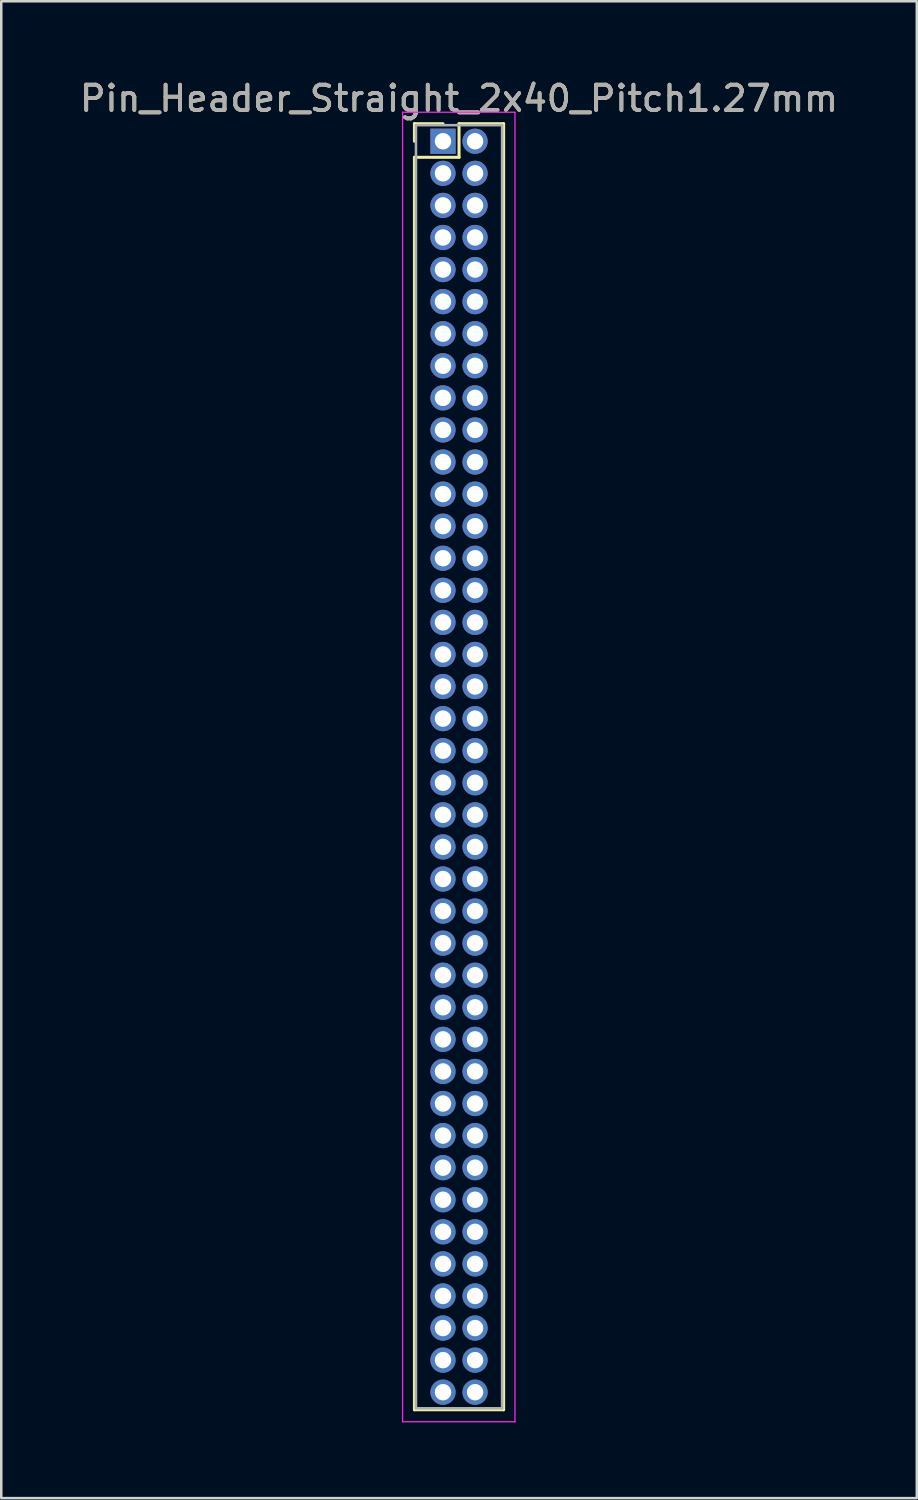
<source format=kicad_pcb>
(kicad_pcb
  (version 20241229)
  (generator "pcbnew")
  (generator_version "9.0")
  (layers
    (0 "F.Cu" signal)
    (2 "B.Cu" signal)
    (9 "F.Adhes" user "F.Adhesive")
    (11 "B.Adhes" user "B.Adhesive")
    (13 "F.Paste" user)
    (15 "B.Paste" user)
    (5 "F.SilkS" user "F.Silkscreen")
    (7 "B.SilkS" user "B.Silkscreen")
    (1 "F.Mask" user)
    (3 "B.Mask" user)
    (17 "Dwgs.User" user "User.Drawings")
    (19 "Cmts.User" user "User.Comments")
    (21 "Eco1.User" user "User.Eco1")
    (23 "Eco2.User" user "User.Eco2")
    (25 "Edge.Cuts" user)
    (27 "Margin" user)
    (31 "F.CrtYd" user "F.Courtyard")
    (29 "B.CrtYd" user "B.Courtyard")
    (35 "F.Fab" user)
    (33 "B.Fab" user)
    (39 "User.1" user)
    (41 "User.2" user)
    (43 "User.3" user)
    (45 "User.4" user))
  (footprint "Pin_Header_Straight_2x40_Pitch1.27mm"
    (layer "F.Cu")
    (at 14.49 2.543)
    (property "Reference" "Pin_Header_Straight_2x40_Pitch1.27mm" (at 0.635 -1.695 0) (layer "F.SilkS") (effects (font (size 1 1) (thickness 0.15))))
    (attr through_hole)
    (fp_line (start -1.13 -0.695) (end 0 -0.695) (stroke (width 0.12) (type solid)) (layer "F.SilkS"))
    (fp_line (start -1.13 0) (end -1.13 -0.695) (stroke (width 0.12) (type solid)) (layer "F.SilkS"))
    (fp_line (start -1.13 0.635) (end -1.13 50.225) (stroke (width 0.12) (type solid)) (layer "F.SilkS"))
    (fp_line (start -1.13 50.225) (end 2.4 50.225) (stroke (width 0.12) (type solid)) (layer "F.SilkS"))
    (fp_line (start 0.635 -0.695) (end 0.635 0.635) (stroke (width 0.12) (type solid)) (layer "F.SilkS"))
    (fp_line (start 0.635 0.635) (end -1.13 0.635) (stroke (width 0.12) (type solid)) (layer "F.SilkS"))
    (fp_line (start 2.4 -0.695) (end 0.635 -0.695) (stroke (width 0.12) (type solid)) (layer "F.SilkS"))
    (fp_line (start 2.4 50.225) (end 2.4 -0.695) (stroke (width 0.12) (type solid)) (layer "F.SilkS"))
    (fp_line (start -1.6 -1.15) (end -1.6 50.7) (stroke (width 0.05) (type solid)) (layer "F.CrtYd"))
    (fp_line (start -1.6 50.7) (end 2.85 50.7) (stroke (width 0.05) (type solid)) (layer "F.CrtYd"))
    (fp_line (start 2.85 -1.15) (end -1.6 -1.15) (stroke (width 0.05) (type solid)) (layer "F.CrtYd"))
    (fp_line (start 2.85 50.7) (end 2.85 -1.15) (stroke (width 0.05) (type solid)) (layer "F.CrtYd"))
    (fp_line (start -1.07 -0.635) (end -1.07 50.165) (stroke (width 0.1) (type solid)) (layer "F.Fab"))
    (fp_line (start -1.07 50.165) (end 2.34 50.165) (stroke (width 0.1) (type solid)) (layer "F.Fab"))
    (fp_line (start 2.34 -0.635) (end -1.07 -0.635) (stroke (width 0.1) (type solid)) (layer "F.Fab"))
    (fp_line (start 2.34 50.165) (end 2.34 -0.635) (stroke (width 0.1) (type solid)) (layer "F.Fab"))
    (fp_text user "${REFERENCE}" (at 0.635 -1.695 0) (layer "F.Fab") (effects (font (size 1 1) (thickness 0.15))))
    (pad "1" thru_hole rect (at 0 0) (size 1 1) (drill 0.65) (layers "*.Cu" "*.Mask"))
    (pad "2" thru_hole oval (at 1.27 0) (size 1 1) (drill 0.65) (layers "*.Cu" "*.Mask"))
    (pad "3" thru_hole oval (at 0 1.27) (size 1 1) (drill 0.65) (layers "*.Cu" "*.Mask"))
    (pad "4" thru_hole oval (at 1.27 1.27) (size 1 1) (drill 0.65) (layers "*.Cu" "*.Mask"))
    (pad "5" thru_hole oval (at 0 2.54) (size 1 1) (drill 0.65) (layers "*.Cu" "*.Mask"))
    (pad "6" thru_hole oval (at 1.27 2.54) (size 1 1) (drill 0.65) (layers "*.Cu" "*.Mask"))
    (pad "7" thru_hole oval (at 0 3.81) (size 1 1) (drill 0.65) (layers "*.Cu" "*.Mask"))
    (pad "8" thru_hole oval (at 1.27 3.81) (size 1 1) (drill 0.65) (layers "*.Cu" "*.Mask"))
    (pad "9" thru_hole oval (at 0 5.08) (size 1 1) (drill 0.65) (layers "*.Cu" "*.Mask"))
    (pad "10" thru_hole oval (at 1.27 5.08) (size 1 1) (drill 0.65) (layers "*.Cu" "*.Mask"))
    (pad "11" thru_hole oval (at 0 6.35) (size 1 1) (drill 0.65) (layers "*.Cu" "*.Mask"))
    (pad "12" thru_hole oval (at 1.27 6.35) (size 1 1) (drill 0.65) (layers "*.Cu" "*.Mask"))
    (pad "13" thru_hole oval (at 0 7.62) (size 1 1) (drill 0.65) (layers "*.Cu" "*.Mask"))
    (pad "14" thru_hole oval (at 1.27 7.62) (size 1 1) (drill 0.65) (layers "*.Cu" "*.Mask"))
    (pad "15" thru_hole oval (at 0 8.89) (size 1 1) (drill 0.65) (layers "*.Cu" "*.Mask"))
    (pad "16" thru_hole oval (at 1.27 8.89) (size 1 1) (drill 0.65) (layers "*.Cu" "*.Mask"))
    (pad "17" thru_hole oval (at 0 10.16) (size 1 1) (drill 0.65) (layers "*.Cu" "*.Mask"))
    (pad "18" thru_hole oval (at 1.27 10.16) (size 1 1) (drill 0.65) (layers "*.Cu" "*.Mask"))
    (pad "19" thru_hole oval (at 0 11.43) (size 1 1) (drill 0.65) (layers "*.Cu" "*.Mask"))
    (pad "20" thru_hole oval (at 1.27 11.43) (size 1 1) (drill 0.65) (layers "*.Cu" "*.Mask"))
    (pad "21" thru_hole oval (at 0 12.7) (size 1 1) (drill 0.65) (layers "*.Cu" "*.Mask"))
    (pad "22" thru_hole oval (at 1.27 12.7) (size 1 1) (drill 0.65) (layers "*.Cu" "*.Mask"))
    (pad "23" thru_hole oval (at 0 13.97) (size 1 1) (drill 0.65) (layers "*.Cu" "*.Mask"))
    (pad "24" thru_hole oval (at 1.27 13.97) (size 1 1) (drill 0.65) (layers "*.Cu" "*.Mask"))
    (pad "25" thru_hole oval (at 0 15.24) (size 1 1) (drill 0.65) (layers "*.Cu" "*.Mask"))
    (pad "26" thru_hole oval (at 1.27 15.24) (size 1 1) (drill 0.65) (layers "*.Cu" "*.Mask"))
    (pad "27" thru_hole oval (at 0 16.51) (size 1 1) (drill 0.65) (layers "*.Cu" "*.Mask"))
    (pad "28" thru_hole oval (at 1.27 16.51) (size 1 1) (drill 0.65) (layers "*.Cu" "*.Mask"))
    (pad "29" thru_hole oval (at 0 17.78) (size 1 1) (drill 0.65) (layers "*.Cu" "*.Mask"))
    (pad "30" thru_hole oval (at 1.27 17.78) (size 1 1) (drill 0.65) (layers "*.Cu" "*.Mask"))
    (pad "31" thru_hole oval (at 0 19.05) (size 1 1) (drill 0.65) (layers "*.Cu" "*.Mask"))
    (pad "32" thru_hole oval (at 1.27 19.05) (size 1 1) (drill 0.65) (layers "*.Cu" "*.Mask"))
    (pad "33" thru_hole oval (at 0 20.32) (size 1 1) (drill 0.65) (layers "*.Cu" "*.Mask"))
    (pad "34" thru_hole oval (at 1.27 20.32) (size 1 1) (drill 0.65) (layers "*.Cu" "*.Mask"))
    (pad "35" thru_hole oval (at 0 21.59) (size 1 1) (drill 0.65) (layers "*.Cu" "*.Mask"))
    (pad "36" thru_hole oval (at 1.27 21.59) (size 1 1) (drill 0.65) (layers "*.Cu" "*.Mask"))
    (pad "37" thru_hole oval (at 0 22.86) (size 1 1) (drill 0.65) (layers "*.Cu" "*.Mask"))
    (pad "38" thru_hole oval (at 1.27 22.86) (size 1 1) (drill 0.65) (layers "*.Cu" "*.Mask"))
    (pad "39" thru_hole oval (at 0 24.13) (size 1 1) (drill 0.65) (layers "*.Cu" "*.Mask"))
    (pad "40" thru_hole oval (at 1.27 24.13) (size 1 1) (drill 0.65) (layers "*.Cu" "*.Mask"))
    (pad "41" thru_hole oval (at 0 25.4) (size 1 1) (drill 0.65) (layers "*.Cu" "*.Mask"))
    (pad "42" thru_hole oval (at 1.27 25.4) (size 1 1) (drill 0.65) (layers "*.Cu" "*.Mask"))
    (pad "43" thru_hole oval (at 0 26.67) (size 1 1) (drill 0.65) (layers "*.Cu" "*.Mask"))
    (pad "44" thru_hole oval (at 1.27 26.67) (size 1 1) (drill 0.65) (layers "*.Cu" "*.Mask"))
    (pad "45" thru_hole oval (at 0 27.94) (size 1 1) (drill 0.65) (layers "*.Cu" "*.Mask"))
    (pad "46" thru_hole oval (at 1.27 27.94) (size 1 1) (drill 0.65) (layers "*.Cu" "*.Mask"))
    (pad "47" thru_hole oval (at 0 29.21) (size 1 1) (drill 0.65) (layers "*.Cu" "*.Mask"))
    (pad "48" thru_hole oval (at 1.27 29.21) (size 1 1) (drill 0.65) (layers "*.Cu" "*.Mask"))
    (pad "49" thru_hole oval (at 0 30.48) (size 1 1) (drill 0.65) (layers "*.Cu" "*.Mask"))
    (pad "50" thru_hole oval (at 1.27 30.48) (size 1 1) (drill 0.65) (layers "*.Cu" "*.Mask"))
    (pad "51" thru_hole oval (at 0 31.75) (size 1 1) (drill 0.65) (layers "*.Cu" "*.Mask"))
    (pad "52" thru_hole oval (at 1.27 31.75) (size 1 1) (drill 0.65) (layers "*.Cu" "*.Mask"))
    (pad "53" thru_hole oval (at 0 33.02) (size 1 1) (drill 0.65) (layers "*.Cu" "*.Mask"))
    (pad "54" thru_hole oval (at 1.27 33.02) (size 1 1) (drill 0.65) (layers "*.Cu" "*.Mask"))
    (pad "55" thru_hole oval (at 0 34.29) (size 1 1) (drill 0.65) (layers "*.Cu" "*.Mask"))
    (pad "56" thru_hole oval (at 1.27 34.29) (size 1 1) (drill 0.65) (layers "*.Cu" "*.Mask"))
    (pad "57" thru_hole oval (at 0 35.56) (size 1 1) (drill 0.65) (layers "*.Cu" "*.Mask"))
    (pad "58" thru_hole oval (at 1.27 35.56) (size 1 1) (drill 0.65) (layers "*.Cu" "*.Mask"))
    (pad "59" thru_hole oval (at 0 36.83) (size 1 1) (drill 0.65) (layers "*.Cu" "*.Mask"))
    (pad "60" thru_hole oval (at 1.27 36.83) (size 1 1) (drill 0.65) (layers "*.Cu" "*.Mask"))
    (pad "61" thru_hole oval (at 0 38.1) (size 1 1) (drill 0.65) (layers "*.Cu" "*.Mask"))
    (pad "62" thru_hole oval (at 1.27 38.1) (size 1 1) (drill 0.65) (layers "*.Cu" "*.Mask"))
    (pad "63" thru_hole oval (at 0 39.37) (size 1 1) (drill 0.65) (layers "*.Cu" "*.Mask"))
    (pad "64" thru_hole oval (at 1.27 39.37) (size 1 1) (drill 0.65) (layers "*.Cu" "*.Mask"))
    (pad "65" thru_hole oval (at 0 40.64) (size 1 1) (drill 0.65) (layers "*.Cu" "*.Mask"))
    (pad "66" thru_hole oval (at 1.27 40.64) (size 1 1) (drill 0.65) (layers "*.Cu" "*.Mask"))
    (pad "67" thru_hole oval (at 0 41.91) (size 1 1) (drill 0.65) (layers "*.Cu" "*.Mask"))
    (pad "68" thru_hole oval (at 1.27 41.91) (size 1 1) (drill 0.65) (layers "*.Cu" "*.Mask"))
    (pad "69" thru_hole oval (at 0 43.18) (size 1 1) (drill 0.65) (layers "*.Cu" "*.Mask"))
    (pad "70" thru_hole oval (at 1.27 43.18) (size 1 1) (drill 0.65) (layers "*.Cu" "*.Mask"))
    (pad "71" thru_hole oval (at 0 44.45) (size 1 1) (drill 0.65) (layers "*.Cu" "*.Mask"))
    (pad "72" thru_hole oval (at 1.27 44.45) (size 1 1) (drill 0.65) (layers "*.Cu" "*.Mask"))
    (pad "73" thru_hole oval (at 0 45.72) (size 1 1) (drill 0.65) (layers "*.Cu" "*.Mask"))
    (pad "74" thru_hole oval (at 1.27 45.72) (size 1 1) (drill 0.65) (layers "*.Cu" "*.Mask"))
    (pad "75" thru_hole oval (at 0 46.99) (size 1 1) (drill 0.65) (layers "*.Cu" "*.Mask"))
    (pad "76" thru_hole oval (at 1.27 46.99) (size 1 1) (drill 0.65) (layers "*.Cu" "*.Mask"))
    (pad "77" thru_hole oval (at 0 48.26) (size 1 1) (drill 0.65) (layers "*.Cu" "*.Mask"))
    (pad "78" thru_hole oval (at 1.27 48.26) (size 1 1) (drill 0.65) (layers "*.Cu" "*.Mask"))
    (pad "79" thru_hole oval (at 0 49.53) (size 1 1) (drill 0.65) (layers "*.Cu" "*.Mask"))
    (pad "80" thru_hole oval (at 1.27 49.53) (size 1 1) (drill 0.65) (layers "*.Cu" "*.Mask")))
  (gr_rect
    (start -3 -3)
    (end 33.25 56.268)
    (stroke (width 0.1) (type default))
    (fill no)
    (layer "Edge.Cuts")))
</source>
